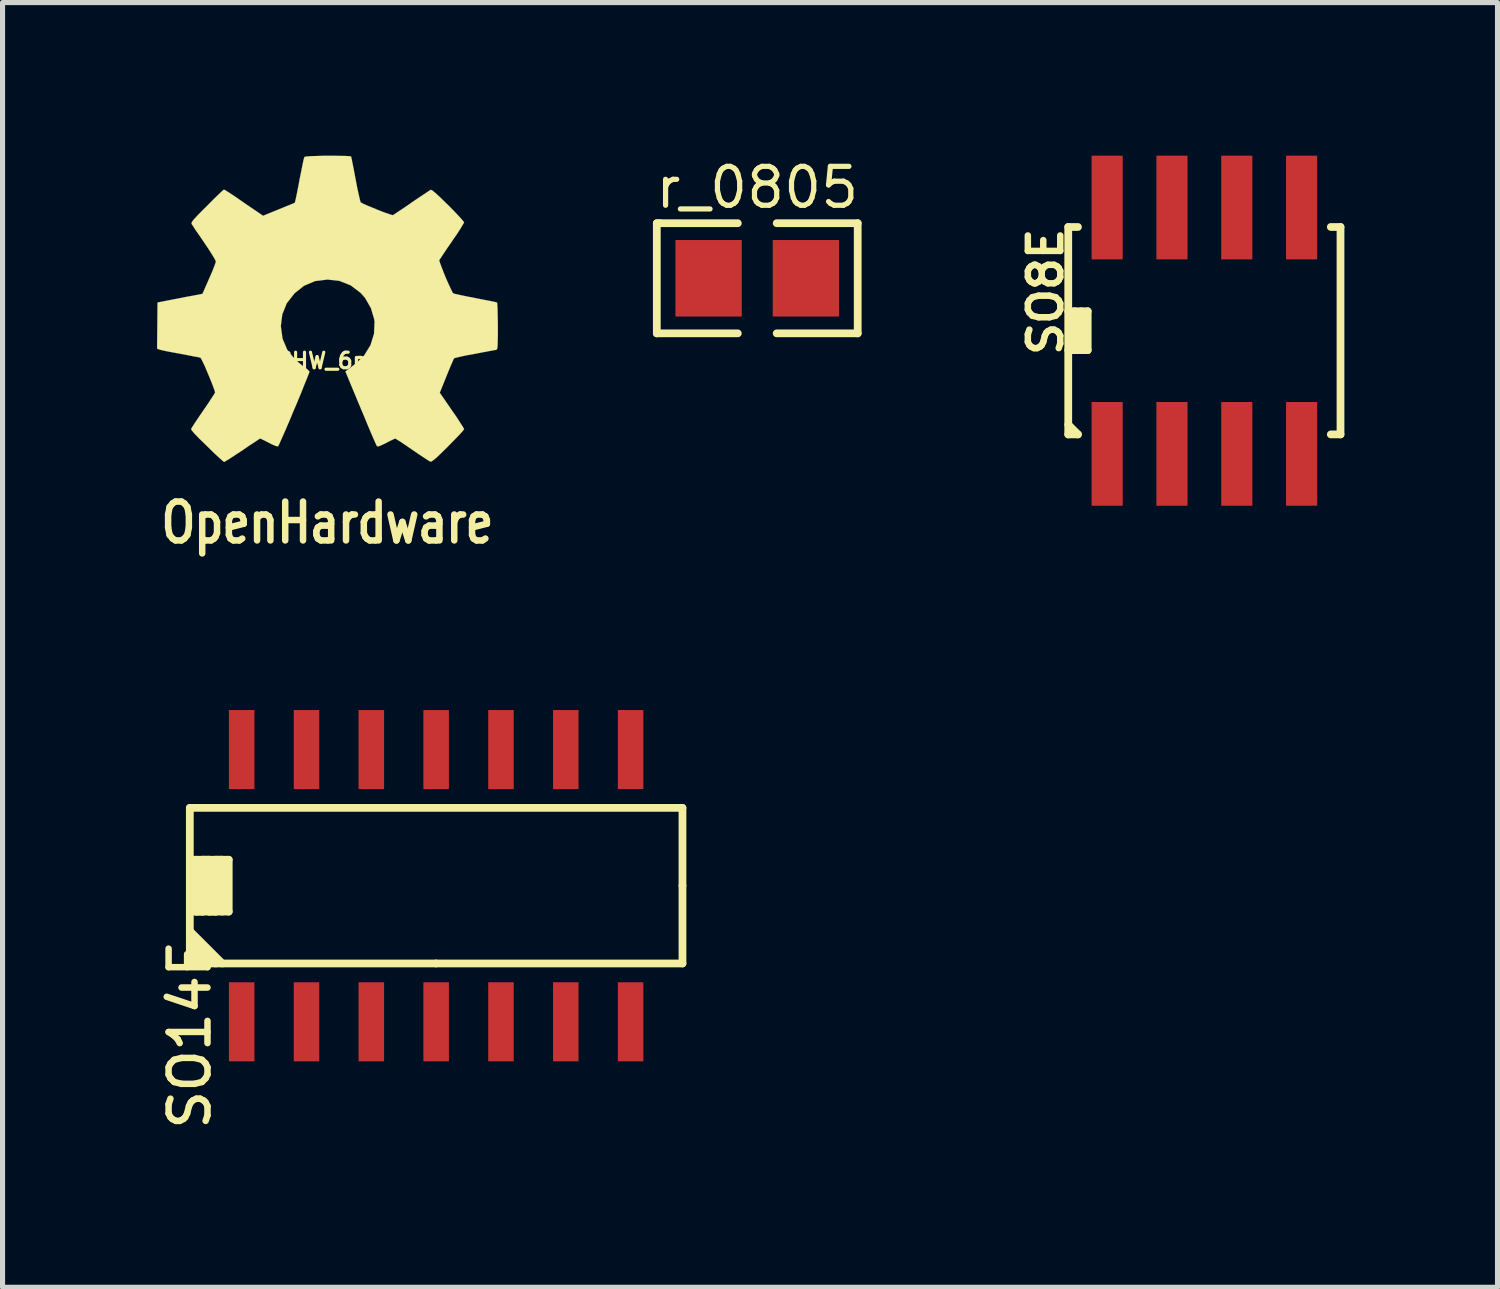
<source format=kicad_pcb>
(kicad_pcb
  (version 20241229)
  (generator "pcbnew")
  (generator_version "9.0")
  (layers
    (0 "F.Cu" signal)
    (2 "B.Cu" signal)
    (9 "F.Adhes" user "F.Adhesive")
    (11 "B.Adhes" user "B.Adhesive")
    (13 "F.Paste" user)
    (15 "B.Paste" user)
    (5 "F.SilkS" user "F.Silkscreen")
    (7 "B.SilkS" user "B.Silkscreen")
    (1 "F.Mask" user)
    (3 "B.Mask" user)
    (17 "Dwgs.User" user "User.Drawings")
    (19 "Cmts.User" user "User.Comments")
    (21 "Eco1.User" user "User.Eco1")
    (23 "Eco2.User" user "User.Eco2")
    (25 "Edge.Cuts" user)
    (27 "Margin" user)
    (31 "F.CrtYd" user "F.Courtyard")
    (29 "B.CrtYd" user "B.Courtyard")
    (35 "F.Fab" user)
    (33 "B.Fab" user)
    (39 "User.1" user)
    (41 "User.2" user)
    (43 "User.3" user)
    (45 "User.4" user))
  (footprint "SO14E"
    (layer "F.Cu")
    (at 5.495 14.302)
    (property "Reference" "SO14E" (at -4.826 2.921 90) (layer "F.SilkS") (effects (font (size 0.762 0.762) (thickness 0.127))))
    (attr smd)
    (fp_line (start -4.826 -1.524) (end -4.826 0) (stroke (width 0.152) (type solid)) (layer "F.SilkS"))
    (fp_line (start -4.826 -1.524) (end 4.826 -1.524) (stroke (width 0.152) (type solid)) (layer "F.SilkS"))
    (fp_line (start -4.826 -0.508) (end -4.064 -0.508) (stroke (width 0.152) (type solid)) (layer "F.SilkS"))
    (fp_line (start -4.826 0.889) (end -4.191 1.524) (stroke (width 0.152) (type solid)) (layer "F.SilkS"))
    (fp_line (start -4.826 1.016) (end -4.318 1.524) (stroke (width 0.152) (type solid)) (layer "F.SilkS"))
    (fp_line (start -4.826 1.143) (end -4.445 1.524) (stroke (width 0.152) (type solid)) (layer "F.SilkS"))
    (fp_line (start -4.826 1.27) (end -4.572 1.524) (stroke (width 0.152) (type solid)) (layer "F.SilkS"))
    (fp_line (start -4.826 1.397) (end -4.699 1.524) (stroke (width 0.152) (type solid)) (layer "F.SilkS"))
    (fp_line (start -4.826 1.524) (end -4.826 0) (stroke (width 0.152) (type solid)) (layer "F.SilkS"))
    (fp_line (start -4.699 -0.508) (end -4.699 0.508) (stroke (width 0.152) (type solid)) (layer "F.SilkS"))
    (fp_line (start -4.699 0.508) (end -4.572 0.508) (stroke (width 0.152) (type solid)) (layer "F.SilkS"))
    (fp_line (start -4.572 -0.508) (end -4.445 -0.508) (stroke (width 0.152) (type solid)) (layer "F.SilkS"))
    (fp_line (start -4.572 0.508) (end -4.572 -0.508) (stroke (width 0.152) (type solid)) (layer "F.SilkS"))
    (fp_line (start -4.445 -0.508) (end -4.445 0.508) (stroke (width 0.152) (type solid)) (layer "F.SilkS"))
    (fp_line (start -4.445 0.508) (end -4.318 0.508) (stroke (width 0.152) (type solid)) (layer "F.SilkS"))
    (fp_line (start -4.318 -0.508) (end -4.191 -0.508) (stroke (width 0.152) (type solid)) (layer "F.SilkS"))
    (fp_line (start -4.318 0.508) (end -4.318 -0.508) (stroke (width 0.152) (type solid)) (layer "F.SilkS"))
    (fp_line (start -4.191 -0.508) (end -4.191 0.508) (stroke (width 0.152) (type solid)) (layer "F.SilkS"))
    (fp_line (start -4.064 -0.508) (end -4.064 0.508) (stroke (width 0.152) (type solid)) (layer "F.SilkS"))
    (fp_line (start -4.064 0.508) (end -4.826 0.508) (stroke (width 0.152) (type solid)) (layer "F.SilkS"))
    (fp_line (start 0 1.524) (end -4.826 1.524) (stroke (width 0.152) (type solid)) (layer "F.SilkS"))
    (fp_line (start 4.826 0) (end 4.826 -1.524) (stroke (width 0.152) (type solid)) (layer "F.SilkS"))
    (fp_line (start 4.826 1.524) (end 0 1.524) (stroke (width 0.152) (type solid)) (layer "F.SilkS"))
    (fp_line (start 4.826 1.524) (end 4.826 0) (stroke (width 0.152) (type solid)) (layer "F.SilkS"))
    (pad "1" smd rect (at -3.81 2.667) (size 0.5 1.549) (layers "F.Cu" "F.Mask" "F.Paste"))
    (pad "2" smd rect (at -2.54 2.667) (size 0.5 1.549) (layers "F.Cu" "F.Mask" "F.Paste"))
    (pad "3" smd rect (at -1.27 2.667) (size 0.5 1.549) (layers "F.Cu" "F.Mask" "F.Paste"))
    (pad "4" smd rect (at 0 2.667) (size 0.5 1.549) (layers "F.Cu" "F.Mask" "F.Paste"))
    (pad "5" smd rect (at 1.27 2.667) (size 0.5 1.549) (layers "F.Cu" "F.Mask" "F.Paste"))
    (pad "6" smd rect (at 2.54 2.667) (size 0.5 1.549) (layers "F.Cu" "F.Mask" "F.Paste"))
    (pad "7" smd rect (at 3.81 2.667) (size 0.5 1.549) (layers "F.Cu" "F.Mask" "F.Paste"))
    (pad "8" smd rect (at 3.81 -2.667) (size 0.5 1.549) (layers "F.Cu" "F.Mask" "F.Paste"))
    (pad "9" smd rect (at 2.54 -2.667) (size 0.5 1.549) (layers "F.Cu" "F.Mask" "F.Paste"))
    (pad "10" smd rect (at 1.27 -2.667) (size 0.5 1.549) (layers "F.Cu" "F.Mask" "F.Paste"))
    (pad "11" smd rect (at 0 -2.667) (size 0.5 1.549) (layers "F.Cu" "F.Mask" "F.Paste"))
    (pad "12" smd rect (at -1.27 -2.667) (size 0.5 1.549) (layers "F.Cu" "F.Mask" "F.Paste"))
    (pad "13" smd rect (at -2.54 -2.667) (size 0.5 1.549) (layers "F.Cu" "F.Mask" "F.Paste"))
    (pad "14" smd rect (at -3.81 -2.667) (size 0.5 1.549) (layers "F.Cu" "F.Mask" "F.Paste")))
  (footprint "r_0805"
    (layer "F.Cu")
    (at 11.786 2.402)
    (property "Reference" "r_0805" (at 0 -1.778 0) (layer "F.SilkS") (effects (font (size 0.762 0.762) (thickness 0.102))))
    (attr smd)
    (fp_line (start -1.968 -1.079) (end -1.968 1.079) (stroke (width 0.152) (type solid)) (layer "F.SilkS"))
    (fp_line (start -1.968 1.079) (end -0.381 1.079) (stroke (width 0.152) (type solid)) (layer "F.SilkS"))
    (fp_line (start -1.905 -1.079) (end -1.968 -1.079) (stroke (width 0.152) (type solid)) (layer "F.SilkS"))
    (fp_line (start -0.381 -1.079) (end -1.905 -1.079) (stroke (width 0.152) (type solid)) (layer "F.SilkS"))
    (fp_line (start 0.381 1.079) (end 1.968 1.079) (stroke (width 0.152) (type solid)) (layer "F.SilkS"))
    (fp_line (start 1.968 -1.079) (end 0.381 -1.079) (stroke (width 0.152) (type solid)) (layer "F.SilkS"))
    (fp_line (start 1.968 1.079) (end 1.968 -1.079) (stroke (width 0.152) (type solid)) (layer "F.SilkS"))
    (pad "1" smd rect (at 0.953 0) (size 1.3 1.499) (layers "F.Cu" "F.Mask" "F.Paste"))
    (pad "2" smd rect (at -0.953 0) (size 1.3 1.499) (layers "F.Cu" "F.Mask" "F.Paste")))
  (footprint "OSHW_6mm"
    (layer "F.Cu")
    (at 3.366 3.001)
    (property "Reference" "OSHW_6mm" (at 0 1.016 0) (layer "F.SilkS") (effects (font (size 0.305 0.305) (thickness 0.061))))
    (attr smd)
    (fp_poly (pts (xy -2.024 3) (xy -1.989 2.979) (xy -1.91 2.931) (xy -1.798 2.857) (xy -1.666 2.771) (xy -1.534 2.68) (xy -1.425 2.609) (xy -1.349 2.558) (xy -1.318 2.54) (xy -1.3 2.548) (xy -1.237 2.578) (xy -1.148 2.624) (xy -1.095 2.652) (xy -1.011 2.687) (xy -0.968 2.695) (xy -0.963 2.685) (xy -0.932 2.621) (xy -0.884 2.512) (xy -0.82 2.367) (xy -0.747 2.197) (xy -0.671 2.014) (xy -0.592 1.829) (xy -0.518 1.651) (xy -0.455 1.491) (xy -0.401 1.359) (xy -0.366 1.27) (xy -0.353 1.232) (xy -0.358 1.222) (xy -0.399 1.181) (xy -0.472 1.128) (xy -0.63 0.998) (xy -0.787 0.805) (xy -0.881 0.584) (xy -0.914 0.338) (xy -0.886 0.109) (xy -0.798 -0.109) (xy -0.645 -0.305) (xy -0.46 -0.452) (xy -0.244 -0.544) (xy 0 -0.574) (xy 0.231 -0.549) (xy 0.455 -0.46) (xy 0.653 -0.31) (xy 0.737 -0.213) (xy 0.851 -0.015) (xy 0.914 0.198) (xy 0.922 0.254) (xy 0.912 0.488) (xy 0.843 0.711) (xy 0.719 0.912) (xy 0.549 1.077) (xy 0.526 1.092) (xy 0.447 1.153) (xy 0.394 1.194) (xy 0.351 1.227) (xy 0.65 1.946) (xy 0.699 2.06) (xy 0.78 2.258) (xy 0.851 2.426) (xy 0.909 2.56) (xy 0.95 2.652) (xy 0.968 2.687) (xy 0.968 2.69) (xy 0.996 2.695) (xy 1.049 2.675) (xy 1.151 2.626) (xy 1.217 2.591) (xy 1.293 2.555) (xy 1.328 2.54) (xy 1.356 2.558) (xy 1.43 2.603) (xy 1.537 2.675) (xy 1.666 2.764) (xy 1.788 2.847) (xy 1.9 2.921) (xy 1.981 2.974) (xy 2.022 2.995) (xy 2.027 2.995) (xy 2.062 2.974) (xy 2.129 2.921) (xy 2.225 2.83) (xy 2.365 2.692) (xy 2.385 2.67) (xy 2.499 2.555) (xy 2.591 2.459) (xy 2.654 2.388) (xy 2.677 2.357) (xy 2.657 2.319) (xy 2.603 2.235) (xy 2.53 2.121) (xy 2.438 1.989) (xy 2.2 1.643) (xy 2.332 1.316) (xy 2.372 1.217) (xy 2.423 1.095) (xy 2.461 1.008) (xy 2.479 0.97) (xy 2.515 0.958) (xy 2.603 0.937) (xy 2.733 0.909) (xy 2.888 0.881) (xy 3.035 0.853) (xy 3.167 0.828) (xy 3.264 0.81) (xy 3.307 0.803) (xy 3.317 0.795) (xy 3.327 0.775) (xy 3.332 0.729) (xy 3.335 0.648) (xy 3.338 0.521) (xy 3.338 0.338) (xy 3.338 0.318) (xy 3.335 0.142) (xy 3.332 0.003) (xy 3.327 -0.089) (xy 3.322 -0.124) (xy 3.279 -0.135) (xy 3.185 -0.155) (xy 3.053 -0.18) (xy 2.896 -0.211) (xy 2.885 -0.213) (xy 2.728 -0.244) (xy 2.593 -0.272) (xy 2.502 -0.292) (xy 2.464 -0.305) (xy 2.454 -0.315) (xy 2.423 -0.378) (xy 2.377 -0.475) (xy 2.324 -0.594) (xy 2.273 -0.719) (xy 2.23 -0.831) (xy 2.2 -0.914) (xy 2.189 -0.953) (xy 2.215 -0.991) (xy 2.268 -1.072) (xy 2.344 -1.186) (xy 2.438 -1.321) (xy 2.443 -1.331) (xy 2.535 -1.463) (xy 2.609 -1.577) (xy 2.657 -1.659) (xy 2.677 -1.694) (xy 2.675 -1.697) (xy 2.647 -1.735) (xy 2.578 -1.811) (xy 2.482 -1.913) (xy 2.365 -2.032) (xy 2.327 -2.068) (xy 2.197 -2.195) (xy 2.106 -2.278) (xy 2.05 -2.322) (xy 2.024 -2.332) (xy 2.022 -2.332) (xy 1.981 -2.306) (xy 1.897 -2.25) (xy 1.783 -2.174) (xy 1.648 -2.083) (xy 1.638 -2.075) (xy 1.506 -1.984) (xy 1.394 -1.91) (xy 1.316 -1.857) (xy 1.28 -1.836) (xy 1.275 -1.836) (xy 1.219 -1.852) (xy 1.125 -1.885) (xy 1.008 -1.93) (xy 0.884 -1.981) (xy 0.772 -2.027) (xy 0.688 -2.065) (xy 0.65 -2.088) (xy 0.648 -2.09) (xy 0.635 -2.139) (xy 0.612 -2.238) (xy 0.582 -2.375) (xy 0.551 -2.54) (xy 0.546 -2.565) (xy 0.516 -2.725) (xy 0.49 -2.855) (xy 0.472 -2.946) (xy 0.462 -2.985) (xy 0.439 -2.99) (xy 0.363 -2.995) (xy 0.244 -2.997) (xy 0.102 -3) (xy -0.051 -3) (xy -0.198 -2.995) (xy -0.323 -2.992) (xy -0.414 -2.985) (xy -0.452 -2.977) (xy -0.452 -2.974) (xy -0.467 -2.926) (xy -0.488 -2.827) (xy -0.516 -2.687) (xy -0.549 -2.525) (xy -0.554 -2.494) (xy -0.584 -2.337) (xy -0.61 -2.207) (xy -0.63 -2.116) (xy -0.64 -2.08) (xy -0.653 -2.073) (xy -0.719 -2.045) (xy -0.826 -2.002) (xy -0.958 -1.948) (xy -1.262 -1.824) (xy -1.638 -2.08) (xy -1.671 -2.103) (xy -1.806 -2.197) (xy -1.918 -2.271) (xy -1.994 -2.319) (xy -2.027 -2.337) (xy -2.029 -2.337) (xy -2.068 -2.304) (xy -2.141 -2.235) (xy -2.243 -2.136) (xy -2.36 -2.017) (xy -2.449 -1.93) (xy -2.55 -1.826) (xy -2.616 -1.755) (xy -2.652 -1.709) (xy -2.664 -1.681) (xy -2.662 -1.664) (xy -2.637 -1.626) (xy -2.583 -1.542) (xy -2.504 -1.43) (xy -2.413 -1.295) (xy -2.339 -1.186) (xy -2.258 -1.059) (xy -2.205 -0.97) (xy -2.187 -0.927) (xy -2.192 -0.907) (xy -2.217 -0.836) (xy -2.261 -0.724) (xy -2.319 -0.592) (xy -2.449 -0.295) (xy -2.642 -0.257) (xy -2.761 -0.236) (xy -2.926 -0.203) (xy -3.084 -0.173) (xy -3.33 -0.124) (xy -3.338 0.78) (xy -3.299 0.795) (xy -3.264 0.805) (xy -3.172 0.826) (xy -3.043 0.851) (xy -2.888 0.879) (xy -2.758 0.904) (xy -2.626 0.93) (xy -2.53 0.947) (xy -2.489 0.958) (xy -2.479 0.97) (xy -2.446 1.034) (xy -2.398 1.135) (xy -2.347 1.257) (xy -2.294 1.384) (xy -2.248 1.501) (xy -2.215 1.59) (xy -2.202 1.638) (xy -2.22 1.671) (xy -2.271 1.75) (xy -2.342 1.859) (xy -2.433 1.991) (xy -2.522 2.121) (xy -2.598 2.235) (xy -2.649 2.314) (xy -2.672 2.352) (xy -2.662 2.377) (xy -2.609 2.441) (xy -2.51 2.543) (xy -2.362 2.687) (xy -2.339 2.71) (xy -2.223 2.824) (xy -2.123 2.916) (xy -2.055 2.977) (xy -2.024 3)) (stroke (width 0.003) (type solid)) (fill yes) (layer "F.SilkS"))
    (fp_text user "OpenHardware" (at 0 4.191 0) (layer "F.SilkS") (effects (font (size 0.762 0.61) (thickness 0.127)))))
  (footprint "SO8E"
    (layer "F.Cu")
    (at 20.546 3.429)
    (property "Reference" "SO8E" (at -3.111 -0.762 90) (layer "F.SilkS") (effects (font (size 0.635 0.635) (thickness 0.127))))
    (attr smd)
    (fp_line (start -2.667 -2.032) (end -2.667 2.032) (stroke (width 0.152) (type solid)) (layer "F.SilkS"))
    (fp_line (start -2.667 -0.381) (end -2.286 -0.381) (stroke (width 0.152) (type solid)) (layer "F.SilkS"))
    (fp_line (start -2.667 2.032) (end -2.477 2.032) (stroke (width 0.152) (type solid)) (layer "F.SilkS"))
    (fp_line (start -2.54 -0.381) (end -2.54 0.381) (stroke (width 0.152) (type solid)) (layer "F.SilkS"))
    (fp_line (start -2.477 -2.032) (end -2.667 -2.032) (stroke (width 0.152) (type solid)) (layer "F.SilkS"))
    (fp_line (start -2.477 2.032) (end -2.667 1.841) (stroke (width 0.152) (type solid)) (layer "F.SilkS"))
    (fp_line (start -2.413 -0.381) (end -2.413 0.381) (stroke (width 0.152) (type solid)) (layer "F.SilkS"))
    (fp_line (start -2.286 -0.381) (end -2.286 0.381) (stroke (width 0.152) (type solid)) (layer "F.SilkS"))
    (fp_line (start -2.286 0.381) (end -2.667 0.381) (stroke (width 0.152) (type solid)) (layer "F.SilkS"))
    (fp_line (start 2.477 2.032) (end 2.667 2.032) (stroke (width 0.152) (type solid)) (layer "F.SilkS"))
    (fp_line (start 2.667 -2.032) (end 2.477 -2.032) (stroke (width 0.152) (type solid)) (layer "F.SilkS"))
    (fp_line (start 2.667 2.032) (end 2.667 -2.032) (stroke (width 0.152) (type solid)) (layer "F.SilkS"))
    (pad "1" smd rect (at -1.905 2.413) (size 0.61 2.032) (layers "F.Cu" "F.Mask" "F.Paste"))
    (pad "2" smd rect (at -0.635 2.413) (size 0.61 2.032) (layers "F.Cu" "F.Mask" "F.Paste"))
    (pad "3" smd rect (at 0.635 2.413) (size 0.61 2.032) (layers "F.Cu" "F.Mask" "F.Paste"))
    (pad "4" smd rect (at 1.905 2.413) (size 0.61 2.032) (layers "F.Cu" "F.Mask" "F.Paste"))
    (pad "5" smd rect (at 1.905 -2.413) (size 0.61 2.032) (layers "F.Cu" "F.Mask" "F.Paste"))
    (pad "6" smd rect (at 0.635 -2.413) (size 0.61 2.032) (layers "F.Cu" "F.Mask" "F.Paste"))
    (pad "7" smd rect (at -0.635 -2.413) (size 0.61 2.032) (layers "F.Cu" "F.Mask" "F.Paste"))
    (pad "8" smd rect (at -1.905 -2.413) (size 0.61 2.032) (layers "F.Cu" "F.Mask" "F.Paste")))
  (gr_rect
    (start -3 -3)
    (end 26.289 22.17)
    (stroke (width 0.1) (type default))
    (fill no)
    (layer "Edge.Cuts")))
</source>
